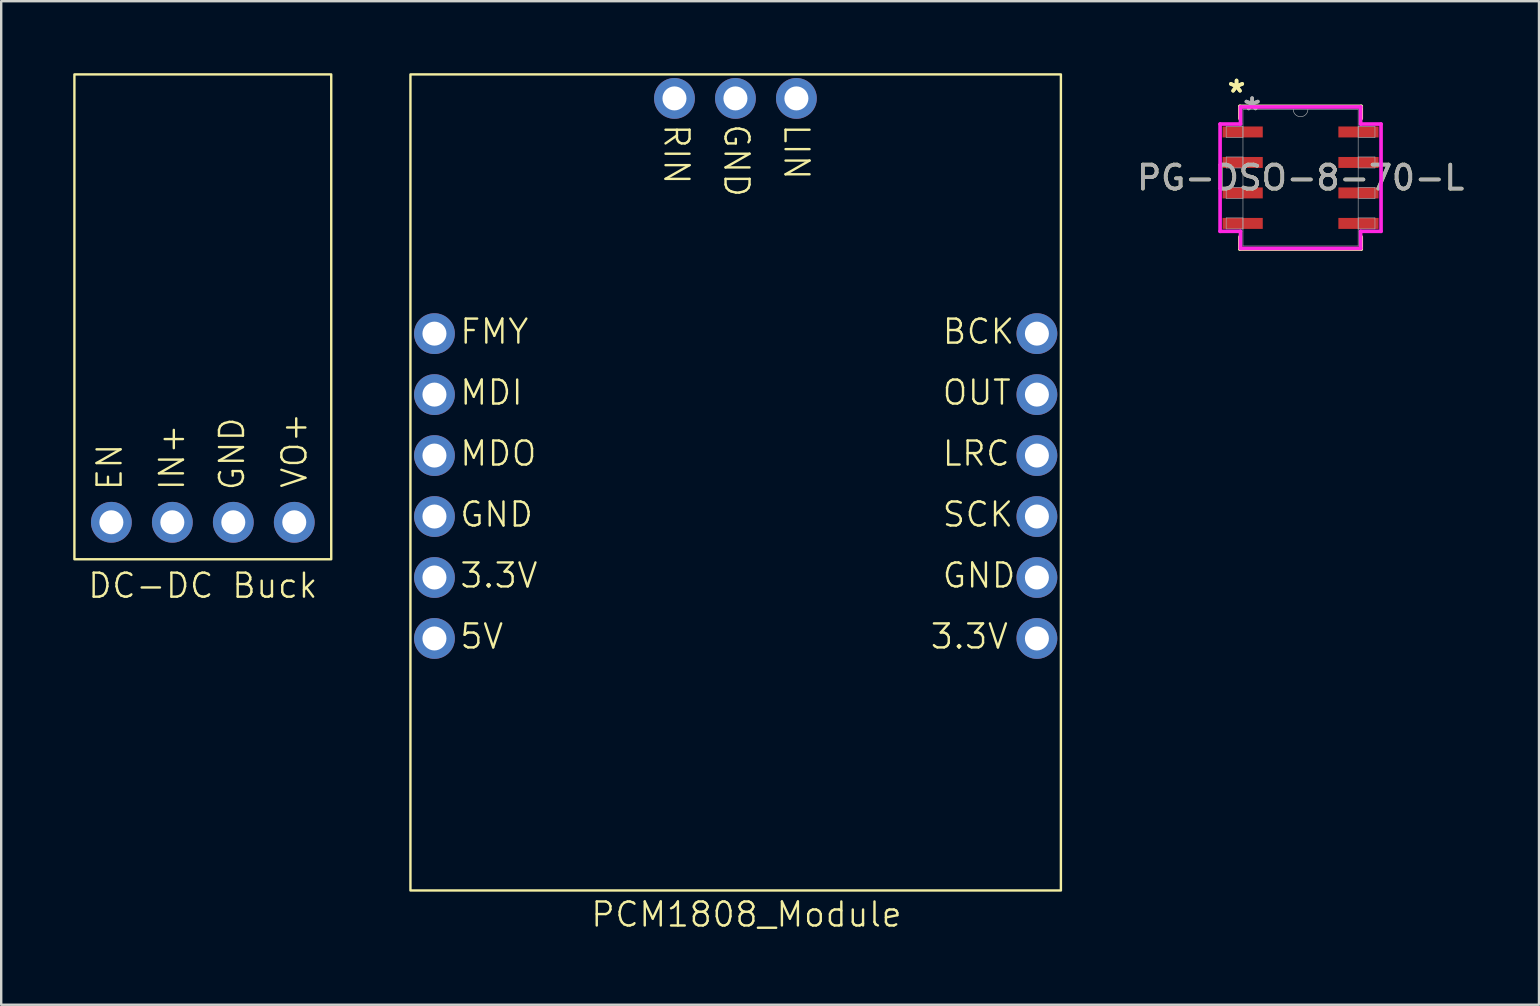
<source format=kicad_pcb>
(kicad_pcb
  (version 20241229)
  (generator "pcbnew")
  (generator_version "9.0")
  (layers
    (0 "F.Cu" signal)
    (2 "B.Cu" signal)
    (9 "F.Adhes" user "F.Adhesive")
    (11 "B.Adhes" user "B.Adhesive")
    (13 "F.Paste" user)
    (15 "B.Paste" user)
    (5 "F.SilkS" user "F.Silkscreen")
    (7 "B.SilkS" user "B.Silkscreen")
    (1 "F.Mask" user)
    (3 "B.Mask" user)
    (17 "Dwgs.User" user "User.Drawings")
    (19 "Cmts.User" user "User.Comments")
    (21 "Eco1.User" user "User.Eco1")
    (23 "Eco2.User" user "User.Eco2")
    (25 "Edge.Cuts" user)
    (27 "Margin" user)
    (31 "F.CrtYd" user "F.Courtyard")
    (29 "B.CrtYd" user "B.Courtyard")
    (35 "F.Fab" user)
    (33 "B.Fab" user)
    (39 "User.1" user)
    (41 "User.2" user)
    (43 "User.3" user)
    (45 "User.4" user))
  (footprint "DC-DC Buck"
    (layer "F.Cu")
    (at 5.4 20.25)
    (property "Reference" "DC-DC Buck" (at 0 1.1 0) (unlocked yes) (layer "F.SilkS") (effects (font (size 1 1) (thickness 0.1))))
    (attr through_hole)
    (fp_rect (start -5.35 -20.2) (end 5.35 0) (stroke (width 0.1) (type default)) (fill no) (layer "F.SilkS"))
    (fp_text user "GND" (at 1.8 -2.8 90) (unlocked yes) (layer "F.SilkS") (effects (font (size 1 1) (thickness 0.1)) (justify left bottom)))
    (fp_text user "IN+" (at -0.7 -2.8 90) (unlocked yes) (layer "F.SilkS") (effects (font (size 1 1) (thickness 0.1)) (justify left bottom)))
    (fp_text user "VO+" (at 4.4 -2.9 90) (unlocked yes) (layer "F.SilkS") (effects (font (size 1 1) (thickness 0.1)) (justify left bottom)))
    (fp_text user "EN" (at -3.3 -2.8 90) (unlocked yes) (layer "F.SilkS") (effects (font (size 1 1) (thickness 0.1)) (justify left bottom)))
    (pad "1" thru_hole circle (at -3.81 -1.54) (size 1.7 1.7) (drill 1) (layers "*.Cu" "*.Mask"))
    (pad "2" thru_hole circle (at -1.27 -1.54) (size 1.7 1.7) (drill 1) (layers "*.Cu" "*.Mask"))
    (pad "3" thru_hole circle (at 1.27 -1.54) (size 1.7 1.7) (drill 1) (layers "*.Cu" "*.Mask"))
    (pad "4" thru_hole circle (at 3.81 -1.54) (size 1.7 1.7) (drill 1) (layers "*.Cu" "*.Mask")))
  (footprint "PG-DSO-8-70-L"
    (layer "F.Cu")
    (at 51.135 4.353)
    (property "Reference" "PG-DSO-8-70-L" (at 0 0 0) (unlocked yes) (layer "F.SilkS") (effects (font (size 1 1) (thickness 0.15))))
    (attr smd)
    (fp_line (start -2.527 -2.972) (end -2.527 -2.466) (stroke (width 0.152) (type solid)) (layer "F.SilkS"))
    (fp_line (start -2.527 2.466) (end -2.527 2.972) (stroke (width 0.152) (type solid)) (layer "F.SilkS"))
    (fp_line (start -2.527 2.972) (end 2.527 2.972) (stroke (width 0.152) (type solid)) (layer "F.SilkS"))
    (fp_line (start 2.527 -2.972) (end -2.527 -2.972) (stroke (width 0.152) (type solid)) (layer "F.SilkS"))
    (fp_line (start 2.527 -2.466) (end 2.527 -2.972) (stroke (width 0.152) (type solid)) (layer "F.SilkS"))
    (fp_line (start 2.527 2.972) (end 2.527 2.466) (stroke (width 0.152) (type solid)) (layer "F.SilkS"))
    (fp_line (start -3.353 -2.235) (end -2.502 -2.235) (stroke (width 0.152) (type solid)) (layer "F.CrtYd"))
    (fp_line (start -3.353 2.235) (end -3.353 -2.235) (stroke (width 0.152) (type solid)) (layer "F.CrtYd"))
    (fp_line (start -3.353 2.235) (end -2.502 2.235) (stroke (width 0.152) (type solid)) (layer "F.CrtYd"))
    (fp_line (start -2.502 -2.946) (end 2.502 -2.946) (stroke (width 0.152) (type solid)) (layer "F.CrtYd"))
    (fp_line (start -2.502 -2.235) (end -2.502 -2.946) (stroke (width 0.152) (type solid)) (layer "F.CrtYd"))
    (fp_line (start -2.502 2.946) (end -2.502 2.235) (stroke (width 0.152) (type solid)) (layer "F.CrtYd"))
    (fp_line (start 2.502 -2.946) (end 2.502 -2.235) (stroke (width 0.152) (type solid)) (layer "F.CrtYd"))
    (fp_line (start 2.502 2.235) (end 2.502 2.946) (stroke (width 0.152) (type solid)) (layer "F.CrtYd"))
    (fp_line (start 2.502 2.946) (end -2.502 2.946) (stroke (width 0.152) (type solid)) (layer "F.CrtYd"))
    (fp_line (start 3.353 -2.235) (end 2.502 -2.235) (stroke (width 0.152) (type solid)) (layer "F.CrtYd"))
    (fp_line (start 3.353 -2.235) (end 3.353 2.235) (stroke (width 0.152) (type solid)) (layer "F.CrtYd"))
    (fp_line (start 3.353 2.235) (end 2.502 2.235) (stroke (width 0.152) (type solid)) (layer "F.CrtYd"))
    (fp_line (start -3.099 -2.134) (end -3.099 -1.676) (stroke (width 0.025) (type solid)) (layer "F.Fab"))
    (fp_line (start -3.099 -1.676) (end -2.4 -1.676) (stroke (width 0.025) (type solid)) (layer "F.Fab"))
    (fp_line (start -3.099 -0.864) (end -3.099 -0.406) (stroke (width 0.025) (type solid)) (layer "F.Fab"))
    (fp_line (start -3.099 -0.406) (end -2.4 -0.406) (stroke (width 0.025) (type solid)) (layer "F.Fab"))
    (fp_line (start -3.099 0.406) (end -3.099 0.864) (stroke (width 0.025) (type solid)) (layer "F.Fab"))
    (fp_line (start -3.099 0.864) (end -2.4 0.864) (stroke (width 0.025) (type solid)) (layer "F.Fab"))
    (fp_line (start -3.099 1.676) (end -3.099 2.134) (stroke (width 0.025) (type solid)) (layer "F.Fab"))
    (fp_line (start -3.099 2.134) (end -2.4 2.134) (stroke (width 0.025) (type solid)) (layer "F.Fab"))
    (fp_line (start -2.4 -2.845) (end -2.4 2.845) (stroke (width 0.025) (type solid)) (layer "F.Fab"))
    (fp_line (start -2.4 -2.134) (end -3.099 -2.134) (stroke (width 0.025) (type solid)) (layer "F.Fab"))
    (fp_line (start -2.4 -1.676) (end -2.4 -2.134) (stroke (width 0.025) (type solid)) (layer "F.Fab"))
    (fp_line (start -2.4 -0.864) (end -3.099 -0.864) (stroke (width 0.025) (type solid)) (layer "F.Fab"))
    (fp_line (start -2.4 -0.406) (end -2.4 -0.864) (stroke (width 0.025) (type solid)) (layer "F.Fab"))
    (fp_line (start -2.4 0.406) (end -3.099 0.406) (stroke (width 0.025) (type solid)) (layer "F.Fab"))
    (fp_line (start -2.4 0.864) (end -2.4 0.406) (stroke (width 0.025) (type solid)) (layer "F.Fab"))
    (fp_line (start -2.4 1.676) (end -3.099 1.676) (stroke (width 0.025) (type solid)) (layer "F.Fab"))
    (fp_line (start -2.4 2.134) (end -2.4 1.676) (stroke (width 0.025) (type solid)) (layer "F.Fab"))
    (fp_line (start -2.4 2.845) (end 2.4 2.845) (stroke (width 0.025) (type solid)) (layer "F.Fab"))
    (fp_line (start 2.4 -2.845) (end -2.4 -2.845) (stroke (width 0.025) (type solid)) (layer "F.Fab"))
    (fp_line (start 2.4 -2.134) (end 2.4 -1.676) (stroke (width 0.025) (type solid)) (layer "F.Fab"))
    (fp_line (start 2.4 -1.676) (end 3.099 -1.676) (stroke (width 0.025) (type solid)) (layer "F.Fab"))
    (fp_line (start 2.4 -0.864) (end 2.4 -0.406) (stroke (width 0.025) (type solid)) (layer "F.Fab"))
    (fp_line (start 2.4 -0.406) (end 3.099 -0.406) (stroke (width 0.025) (type solid)) (layer "F.Fab"))
    (fp_line (start 2.4 0.406) (end 2.4 0.864) (stroke (width 0.025) (type solid)) (layer "F.Fab"))
    (fp_line (start 2.4 0.864) (end 3.099 0.864) (stroke (width 0.025) (type solid)) (layer "F.Fab"))
    (fp_line (start 2.4 1.676) (end 2.4 2.134) (stroke (width 0.025) (type solid)) (layer "F.Fab"))
    (fp_line (start 2.4 2.134) (end 3.099 2.134) (stroke (width 0.025) (type solid)) (layer "F.Fab"))
    (fp_line (start 2.4 2.845) (end 2.4 -2.845) (stroke (width 0.025) (type solid)) (layer "F.Fab"))
    (fp_line (start 3.099 -2.134) (end 2.4 -2.134) (stroke (width 0.025) (type solid)) (layer "F.Fab"))
    (fp_line (start 3.099 -1.676) (end 3.099 -2.134) (stroke (width 0.025) (type solid)) (layer "F.Fab"))
    (fp_line (start 3.099 -0.864) (end 2.4 -0.864) (stroke (width 0.025) (type solid)) (layer "F.Fab"))
    (fp_line (start 3.099 -0.406) (end 3.099 -0.864) (stroke (width 0.025) (type solid)) (layer "F.Fab"))
    (fp_line (start 3.099 0.406) (end 2.4 0.406) (stroke (width 0.025) (type solid)) (layer "F.Fab"))
    (fp_line (start 3.099 0.864) (end 3.099 0.406) (stroke (width 0.025) (type solid)) (layer "F.Fab"))
    (fp_line (start 3.099 1.676) (end 2.4 1.676) (stroke (width 0.025) (type solid)) (layer "F.Fab"))
    (fp_line (start 3.099 2.134) (end 3.099 1.676) (stroke (width 0.025) (type solid)) (layer "F.Fab"))
    (fp_arc (start 0.3048 -2.8448) (mid 0 -2.54) (end -0.3048 -2.8448) (stroke (width 0.0254) (type solid)) (layer "F.Fab"))
    (fp_text user "*" (at -2.667 -3.505 0) (unlocked yes) (layer "F.SilkS") (effects (font (size 1 1) (thickness 0.15))))
    (fp_text user "*" (at -2.667 -3.505 0) (layer "F.SilkS") (effects (font (size 1 1) (thickness 0.15))))
    (fp_text user "*" (at -2.019 -2.769 0) (unlocked yes) (layer "F.Fab") (effects (font (size 1 1) (thickness 0.15))))
    (fp_text user "*" (at -2.019 -2.769 0) (layer "F.Fab") (effects (font (size 1 1) (thickness 0.15))))
    (fp_text user "${REFERENCE}" (at 0 0 0) (unlocked yes) (layer "F.Fab") (effects (font (size 1 1) (thickness 0.15))))
    (pad "1" smd rect (at -2.413 -1.905) (size 1.676 0.457) (layers "F.Cu" "F.Mask" "F.Paste"))
    (pad "2" smd rect (at -2.413 -0.635) (size 1.676 0.457) (layers "F.Cu" "F.Mask" "F.Paste"))
    (pad "3" smd rect (at -2.413 0.635) (size 1.676 0.457) (layers "F.Cu" "F.Mask" "F.Paste"))
    (pad "4" smd rect (at -2.413 1.905) (size 1.676 0.457) (layers "F.Cu" "F.Mask" "F.Paste"))
    (pad "5" smd rect (at 2.413 1.905) (size 1.676 0.457) (layers "F.Cu" "F.Mask" "F.Paste"))
    (pad "6" smd rect (at 2.413 0.635) (size 1.676 0.457) (layers "F.Cu" "F.Mask" "F.Paste"))
    (pad "7" smd rect (at 2.413 -0.635) (size 1.676 0.457) (layers "F.Cu" "F.Mask" "F.Paste"))
    (pad "8" smd rect (at 2.413 -1.905) (size 1.676 0.457) (layers "F.Cu" "F.Mask" "F.Paste")))
  (footprint "PCM1808_Module"
    (layer "F.Cu")
    (at 14.05 34.05)
    (property "Reference" "PCM1808_Module" (at 14 1 0) (unlocked yes) (layer "F.SilkS") (effects (font (size 1 1) (thickness 0.1))))
    (attr through_hole)
    (fp_rect (start 0 -34) (end 27.1 0) (stroke (width 0.1) (type default)) (fill no) (layer "F.SilkS"))
    (fp_text user "LRC" (at 22.1 -17.62 0) (unlocked yes) (layer "F.SilkS") (effects (font (size 1 1) (thickness 0.1)) (justify left bottom)))
    (fp_text user "MDO" (at 2 -17.62 0) (unlocked yes) (layer "F.SilkS") (effects (font (size 1 1) (thickness 0.1)) (justify left bottom)))
    (fp_text user "GND" (at 2 -15.08 0) (unlocked yes) (layer "F.SilkS") (effects (font (size 1 1) (thickness 0.1)) (justify left bottom)))
    (fp_text user "3.3V" (at 21.6 -10 0) (unlocked yes) (layer "F.SilkS") (effects (font (size 1 1) (thickness 0.1)) (justify left bottom)))
    (fp_text user "BCK" (at 22.1 -22.7 0) (unlocked yes) (layer "F.SilkS") (effects (font (size 1 1) (thickness 0.1)) (justify left bottom)))
    (fp_text user "SCK" (at 22.1 -15.08 0) (unlocked yes) (layer "F.SilkS") (effects (font (size 1 1) (thickness 0.1)) (justify left bottom)))
    (fp_text user "LIN" (at 15.5 -32 270) (unlocked yes) (layer "F.SilkS") (effects (font (size 1 1) (thickness 0.1)) (justify left bottom)))
    (fp_text user "MDI" (at 2 -20.16 0) (unlocked yes) (layer "F.SilkS") (effects (font (size 1 1) (thickness 0.1)) (justify left bottom)))
    (fp_text user "GND" (at 22.1 -12.54 0) (unlocked yes) (layer "F.SilkS") (effects (font (size 1 1) (thickness 0.1)) (justify left bottom)))
    (fp_text user "FMY" (at 2 -22.7 0) (unlocked yes) (layer "F.SilkS") (effects (font (size 1 1) (thickness 0.1)) (justify left bottom)))
    (fp_text user "GND" (at 13 -32 270) (unlocked yes) (layer "F.SilkS") (effects (font (size 1 1) (thickness 0.1)) (justify left bottom)))
    (fp_text user "OUT" (at 22.1 -20.16 0) (unlocked yes) (layer "F.SilkS") (effects (font (size 1 1) (thickness 0.1)) (justify left bottom)))
    (fp_text user "3.3V" (at 2 -12.54 0) (unlocked yes) (layer "F.SilkS") (effects (font (size 1 1) (thickness 0.1)) (justify left bottom)))
    (fp_text user "RIN" (at 10.5 -32 270) (unlocked yes) (layer "F.SilkS") (effects (font (size 1 1) (thickness 0.1)) (justify left bottom)))
    (fp_text user "5V" (at 2 -10 0) (unlocked yes) (layer "F.SilkS") (effects (font (size 1 1) (thickness 0.1)) (justify left bottom)))
    (pad "1" thru_hole circle (at 1 -23.2) (size 1.7 1.7) (drill 1) (layers "*.Cu" "*.Mask"))
    (pad "2" thru_hole circle (at 1 -20.66) (size 1.7 1.7) (drill 1) (layers "*.Cu" "*.Mask"))
    (pad "3" thru_hole circle (at 1 -18.12) (size 1.7 1.7) (drill 1) (layers "*.Cu" "*.Mask"))
    (pad "4" thru_hole circle (at 1 -15.58) (size 1.7 1.7) (drill 1) (layers "*.Cu" "*.Mask"))
    (pad "5" thru_hole circle (at 1 -13.04) (size 1.7 1.7) (drill 1) (layers "*.Cu" "*.Mask"))
    (pad "6" thru_hole circle (at 1 -10.5) (size 1.7 1.7) (drill 1) (layers "*.Cu" "*.Mask"))
    (pad "7" thru_hole circle (at 26.1 -23.2) (size 1.7 1.7) (drill 1) (layers "*.Cu" "*.Mask"))
    (pad "8" thru_hole circle (at 26.1 -20.66) (size 1.7 1.7) (drill 1) (layers "*.Cu" "*.Mask"))
    (pad "9" thru_hole circle (at 26.1 -18.12) (size 1.7 1.7) (drill 1) (layers "*.Cu" "*.Mask"))
    (pad "10" thru_hole circle (at 26.1 -15.58) (size 1.7 1.7) (drill 1) (layers "*.Cu" "*.Mask"))
    (pad "11" thru_hole circle (at 26.1 -13.04) (size 1.7 1.7) (drill 1) (layers "*.Cu" "*.Mask"))
    (pad "12" thru_hole circle (at 26.1 -10.5) (size 1.7 1.7) (drill 1) (layers "*.Cu" "*.Mask"))
    (pad "13" thru_hole circle (at 11 -33) (size 1.7 1.7) (drill 1) (layers "*.Cu" "*.Mask"))
    (pad "14" thru_hole circle (at 13.54 -33) (size 1.7 1.7) (drill 1) (layers "*.Cu" "*.Mask"))
    (pad "15" thru_hole circle (at 16.08 -33) (size 1.7 1.7) (drill 1) (layers "*.Cu" "*.Mask")))
  (gr_rect
    (start -3 -3)
    (end 61.069 38.81)
    (stroke (width 0.1) (type default))
    (fill no)
    (layer "Edge.Cuts")))
</source>
